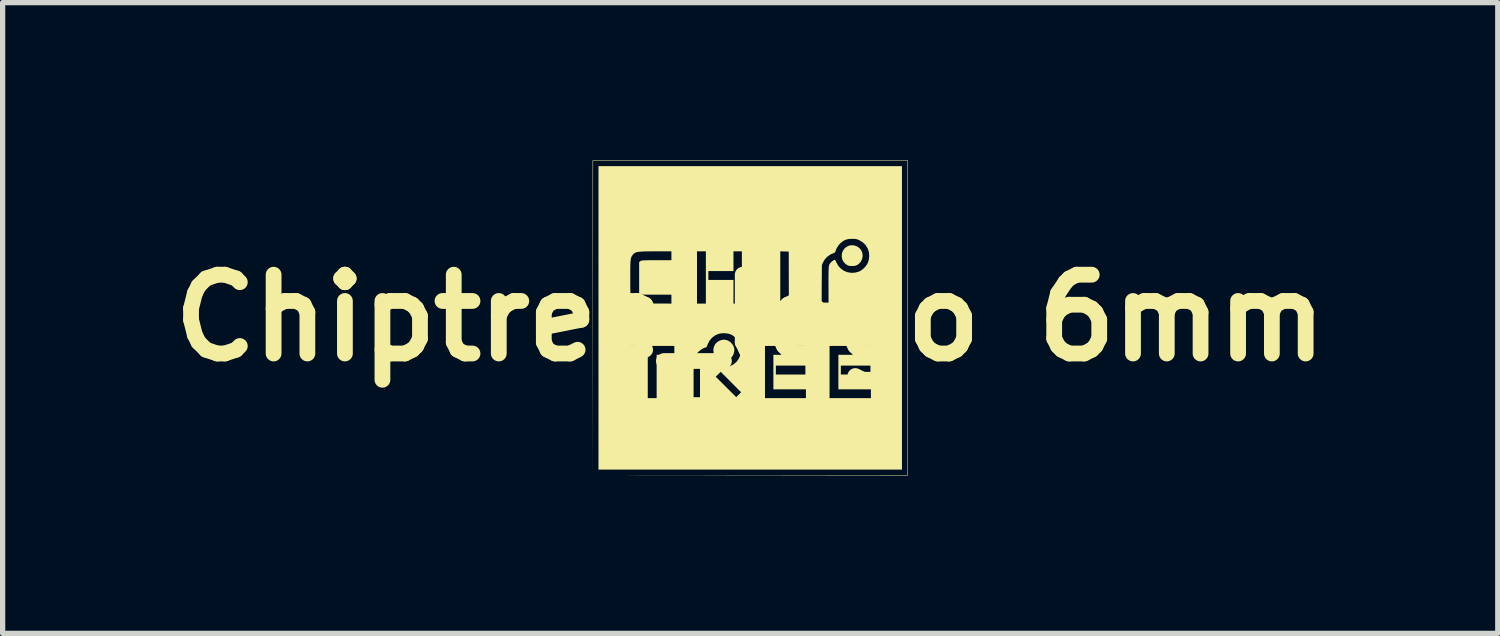
<source format=kicad_pcb>
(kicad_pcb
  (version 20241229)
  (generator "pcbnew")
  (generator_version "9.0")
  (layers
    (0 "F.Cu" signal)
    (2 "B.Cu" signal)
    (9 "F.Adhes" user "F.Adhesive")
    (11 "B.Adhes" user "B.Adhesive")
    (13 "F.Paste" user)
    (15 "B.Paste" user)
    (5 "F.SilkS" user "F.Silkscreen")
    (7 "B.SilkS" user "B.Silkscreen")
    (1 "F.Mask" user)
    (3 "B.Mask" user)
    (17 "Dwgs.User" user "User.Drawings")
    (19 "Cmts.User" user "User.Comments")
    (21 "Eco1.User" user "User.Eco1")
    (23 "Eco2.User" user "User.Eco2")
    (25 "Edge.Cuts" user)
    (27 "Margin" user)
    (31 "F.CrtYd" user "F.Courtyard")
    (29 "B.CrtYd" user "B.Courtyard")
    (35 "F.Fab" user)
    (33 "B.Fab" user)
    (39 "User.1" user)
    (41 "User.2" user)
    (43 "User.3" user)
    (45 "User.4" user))
  (footprint "Chiptree_logo 6mm"
    (layer "F.Cu")
    (at 11.229 3)
    (property "Reference" "Chiptree_logo 6mm" (at 0 0 0) (layer "F.SilkS") (effects (font (size 1.5 1.5) (thickness 0.3))))
    (attr board_only exclude_from_pos_files exclude_from_bom)
    (fp_poly (pts (xy 3 0) (xy 3 3) (xy 0.007 2.998) (xy -2.986 2.996) (xy 0.002 2.993) (xy 2.991 2.991) (xy 2.991 -0.000015) (xy 2.991 -2.991) (xy 0.000014 -2.991) (xy -2.991 -2.991) (xy -2.993 0.007) (xy -2.996 3.005) (xy -2.998 0.002) (xy -3 -3) (xy 0 -3) (xy 3 -3)) (stroke (width 0) (type solid)) (fill yes) (layer "F.SilkS"))
    (fp_poly (pts (xy -0.431 0.428) (xy -0.38 0.458) (xy -0.339 0.503) (xy -0.325 0.525) (xy -0.31 0.558) (xy -0.303 0.585) (xy -0.302 0.615) (xy -0.303 0.631) (xy -0.317 0.691) (xy -0.345 0.742) (xy -0.387 0.78) (xy -0.44 0.805) (xy -0.491 0.814) (xy -0.532 0.814) (xy -0.564 0.807) (xy -0.588 0.797) (xy -0.638 0.762) (xy -0.674 0.717) (xy -0.696 0.665) (xy -0.703 0.61) (xy -0.693 0.554) (xy -0.669 0.504) (xy -0.631 0.463) (xy -0.583 0.433) (xy -0.529 0.417) (xy -0.49 0.415)) (stroke (width 0) (type solid)) (fill yes) (layer "F.SilkS"))
    (fp_poly (pts (xy 1.981 -1.379) (xy 2.035 -1.359) (xy 2.081 -1.326) (xy 2.115 -1.283) (xy 2.134 -1.233) (xy 2.14 -1.18) (xy 2.132 -1.126) (xy 2.109 -1.076) (xy 2.072 -1.032) (xy 2.055 -1.019) (xy 2.029 -1.002) (xy 2.003 -0.993) (xy 1.971 -0.988) (xy 1.952 -0.987) (xy 1.916 -0.987) (xy 1.884 -0.99) (xy 1.866 -0.994) (xy 1.815 -1.025) (xy 1.776 -1.067) (xy 1.751 -1.115) (xy 1.741 -1.169) (xy 1.744 -1.223) (xy 1.763 -1.275) (xy 1.797 -1.323) (xy 1.815 -1.339) (xy 1.866 -1.37) (xy 1.922 -1.383)) (stroke (width 0) (type solid)) (fill yes) (layer "F.SilkS"))
    (fp_poly (pts (xy 2.888 0) (xy 2.888 2.888) (xy 0 2.888) (xy -2.888 2.888) (xy -2.888 0.534) (xy -2.297 0.534) (xy -2.297 0.619) (xy -2.297 0.703) (xy -2.124 0.703) (xy -1.95 0.703) (xy -1.95 1.116) (xy -1.95 1.528) (xy -1.866 1.528) (xy -1.781 1.528) (xy -1.781 1.51) (xy -1.078 1.51) (xy -1.017 1.51) (xy -0.956 1.51) (xy -0.956 1.17) (xy -0.956 1.12) (xy -0.656 1.12) (xy -0.462 1.314) (xy -0.267 1.508) (xy -0.22 1.462) (xy -0.174 1.416) (xy -0.368 1.221) (xy -0.562 1.027) (xy -0.609 1.073) (xy -0.656 1.12) (xy -0.956 1.12) (xy -0.956 1.075) (xy -0.956 0.996) (xy -0.955 0.933) (xy -0.953 0.882) (xy -0.949 0.842) (xy -0.944 0.812) (xy -0.938 0.788) (xy -0.929 0.769) (xy -0.918 0.754) (xy -0.904 0.739) (xy -0.887 0.724) (xy -0.858 0.702) (xy -0.837 0.695) (xy -0.821 0.705) (xy -0.807 0.731) (xy -0.804 0.74) (xy -0.78 0.787) (xy -0.743 0.834) (xy -0.699 0.875) (xy -0.66 0.902) (xy -0.59 0.93) (xy -0.518 0.941) (xy -0.447 0.936) (xy -0.378 0.916) (xy -0.315 0.883) (xy -0.261 0.837) (xy -0.218 0.778) (xy -0.197 0.733) (xy -0.182 0.676) (xy -0.178 0.611) (xy -0.184 0.546) (xy -0.188 0.534) (xy 0.281 0.534) (xy 0.281 1.031) (xy 0.281 1.528) (xy 0.67 1.528) (xy 1.06 1.528) (xy 1.51 1.528) (xy 1.903 1.528) (xy 2.297 1.528) (xy 2.297 1.444) (xy 2.297 1.36) (xy 1.988 1.36) (xy 1.678 1.36) (xy 1.678 1.031) (xy 1.678 0.909) (xy 1.725 0.909) (xy 1.725 0.994) (xy 1.725 1.078) (xy 2.006 1.078) (xy 2.288 1.078) (xy 2.288 0.994) (xy 2.288 0.909) (xy 2.006 0.909) (xy 1.725 0.909) (xy 1.678 0.909) (xy 1.678 0.703) (xy 1.988 0.703) (xy 2.297 0.703) (xy 2.297 0.619) (xy 2.297 0.534) (xy 1.904 0.534) (xy 1.51 0.534) (xy 1.51 1.031) (xy 1.51 1.528) (xy 1.06 1.528) (xy 1.06 1.444) (xy 1.06 1.36) (xy 0.75 1.36) (xy 0.441 1.36) (xy 0.441 1.031) (xy 0.441 0.909) (xy 0.488 0.909) (xy 0.488 0.994) (xy 0.488 1.078) (xy 0.769 1.078) (xy 1.05 1.078) (xy 1.05 0.994) (xy 1.05 0.909) (xy 0.769 0.909) (xy 0.488 0.909) (xy 0.441 0.909) (xy 0.441 0.703) (xy 0.75 0.703) (xy 1.06 0.703) (xy 1.06 0.619) (xy 1.06 0.534) (xy 0.67 0.534) (xy 0.281 0.534) (xy -0.188 0.534) (xy -0.2 0.488) (xy -0.206 0.473) (xy -0.239 0.421) (xy -0.285 0.373) (xy -0.336 0.333) (xy -0.361 0.319) (xy -0.415 0.301) (xy -0.478 0.292) (xy -0.543 0.293) (xy -0.601 0.304) (xy -0.668 0.333) (xy -0.727 0.378) (xy -0.775 0.434) (xy -0.808 0.5) (xy -0.813 0.512) (xy -0.826 0.546) (xy -0.839 0.562) (xy -0.844 0.563) (xy -0.87 0.569) (xy -0.904 0.585) (xy -0.941 0.609) (xy -0.976 0.636) (xy -0.998 0.658) (xy -1.017 0.679) (xy -1.033 0.7) (xy -1.046 0.721) (xy -1.056 0.744) (xy -1.064 0.771) (xy -1.07 0.805) (xy -1.074 0.847) (xy -1.076 0.9) (xy -1.077 0.965) (xy -1.078 1.044) (xy -1.078 1.14) (xy -1.078 1.158) (xy -1.078 1.51) (xy -1.781 1.51) (xy -1.781 1.116) (xy -1.781 0.703) (xy -1.613 0.703) (xy -1.444 0.703) (xy -1.444 0.619) (xy -1.444 0.534) (xy -1.871 0.534) (xy -2.297 0.534) (xy -2.888 0.534) (xy -2.888 0) (xy -2.888 -0.764) (xy -2.283 -0.764) (xy -2.283 -0.669) (xy -2.283 -0.592) (xy -2.282 -0.529) (xy -2.28 -0.478) (xy -2.277 -0.439) (xy -2.273 -0.409) (xy -2.267 -0.386) (xy -2.26 -0.368) (xy -2.251 -0.353) (xy -2.239 -0.339) (xy -2.23 -0.33) (xy -2.215 -0.315) (xy -2.199 -0.304) (xy -2.18 -0.294) (xy -2.157 -0.287) (xy -2.126 -0.282) (xy -2.087 -0.278) (xy -2.037 -0.275) (xy -1.974 -0.274) (xy -1.896 -0.273) (xy -1.807 -0.273) (xy -1.5 -0.272) (xy -1.5 -0.356) (xy -1.5 -0.441) (xy -1.785 -0.441) (xy -1.866 -0.441) (xy -1.93 -0.441) (xy -1.98 -0.442) (xy -2.018 -0.443) (xy -2.045 -0.444) (xy -2.064 -0.447) (xy -2.077 -0.45) (xy -2.086 -0.454) (xy -2.092 -0.459) (xy -2.114 -0.477) (xy -2.114 -0.769) (xy -2.114 -1.061) (xy -2.092 -1.079) (xy -2.085 -1.084) (xy -2.076 -1.088) (xy -2.062 -1.091) (xy -2.042 -1.094) (xy -2.014 -1.095) (xy -1.975 -1.096) (xy -1.924 -1.097) (xy -1.858 -1.097) (xy -1.785 -1.097) (xy -1.5 -1.097) (xy -1.5 -1.181) (xy -1.5 -1.266) (xy -1.013 -1.266) (xy -1.013 -0.769) (xy -1.013 -0.272) (xy -0.928 -0.272) (xy -0.844 -0.272) (xy -0.844 -0.722) (xy -0.797 -0.722) (xy -0.558 -0.722) (xy -0.319 -0.722) (xy -0.319 -0.497) (xy -0.319 -0.272) (xy -0.239 -0.272) (xy -0.159 -0.272) (xy -0.159 -0.769) (xy -0.159 -1.266) (xy -0.239 -1.266) (xy -0.319 -1.266) (xy -0.319 -1.078) (xy -0.319 -0.891) (xy -0.558 -0.891) (xy -0.797 -0.891) (xy -0.797 -0.806) (xy -0.797 -0.722) (xy -0.844 -0.722) (xy -0.844 -0.769) (xy -0.844 -1.266) (xy -0.928 -1.266) (xy -1.013 -1.266) (xy -1.5 -1.266) (xy -1.803 -1.266) (xy -1.898 -1.266) (xy -1.976 -1.265) (xy -2.038 -1.263) (xy -2.089 -1.26) (xy -2.128 -1.256) (xy -2.158 -1.251) (xy -2.182 -1.243) (xy -2.2 -1.233) (xy -2.216 -1.22) (xy -2.23 -1.206) (xy -2.243 -1.19) (xy -2.254 -1.174) (xy -2.263 -1.157) (xy -2.269 -1.137) (xy -2.274 -1.111) (xy -2.278 -1.077) (xy -2.281 -1.034) (xy -2.282 -0.979) (xy -2.283 -0.91) (xy -2.283 -0.827) (xy -2.283 -0.764) (xy -2.888 -0.764) (xy -2.888 -1.267) (xy 0.572 -1.267) (xy 0.572 -0.769) (xy 0.572 -0.272) (xy 0.654 -0.272) (xy 0.736 -0.272) (xy 0.736 -0.291) (xy 1.359 -0.291) (xy 1.425 -0.291) (xy 1.491 -0.291) (xy 1.49 -0.637) (xy 1.49 -0.729) (xy 1.49 -0.805) (xy 1.491 -0.865) (xy 1.492 -0.913) (xy 1.494 -0.95) (xy 1.497 -0.978) (xy 1.501 -0.999) (xy 1.507 -1.016) (xy 1.514 -1.029) (xy 1.523 -1.041) (xy 1.53 -1.05) (xy 1.549 -1.069) (xy 1.573 -1.088) (xy 1.594 -1.102) (xy 1.608 -1.106) (xy 1.617 -1.098) (xy 1.629 -1.078) (xy 1.64 -1.055) (xy 1.676 -0.99) (xy 1.726 -0.936) (xy 1.785 -0.895) (xy 1.851 -0.869) (xy 1.923 -0.857) (xy 1.996 -0.861) (xy 2.069 -0.881) (xy 2.094 -0.893) (xy 2.139 -0.923) (xy 2.183 -0.965) (xy 2.22 -1.014) (xy 2.239 -1.048) (xy 2.258 -1.11) (xy 2.265 -1.179) (xy 2.26 -1.247) (xy 2.241 -1.309) (xy 2.239 -1.314) (xy 2.199 -1.381) (xy 2.147 -1.434) (xy 2.083 -1.474) (xy 2.051 -1.489) (xy 2.024 -1.498) (xy 1.997 -1.503) (xy 1.961 -1.504) (xy 1.936 -1.504) (xy 1.872 -1.501) (xy 1.82 -1.488) (xy 1.773 -1.466) (xy 1.727 -1.43) (xy 1.716 -1.42) (xy 1.688 -1.389) (xy 1.662 -1.352) (xy 1.64 -1.315) (xy 1.626 -1.281) (xy 1.622 -1.261) (xy 1.614 -1.246) (xy 1.606 -1.241) (xy 1.527 -1.207) (xy 1.464 -1.162) (xy 1.415 -1.106) (xy 1.389 -1.061) (xy 1.364 -1.008) (xy 1.361 -0.649) (xy 1.359 -0.291) (xy 0.736 -0.291) (xy 0.734 -0.767) (xy 0.733 -1.261) (xy 0.652 -1.264) (xy 0.572 -1.267) (xy -2.888 -1.267) (xy -2.888 -2.888) (xy 0 -2.888) (xy 2.888 -2.888)) (stroke (width 0) (type solid)) (fill yes) (layer "F.SilkS")))
  (gr_rect
    (start -3 -3)
    (end 25.457 9.005)
    (stroke (width 0.1) (type default))
    (fill no)
    (layer "Edge.Cuts")))
</source>
